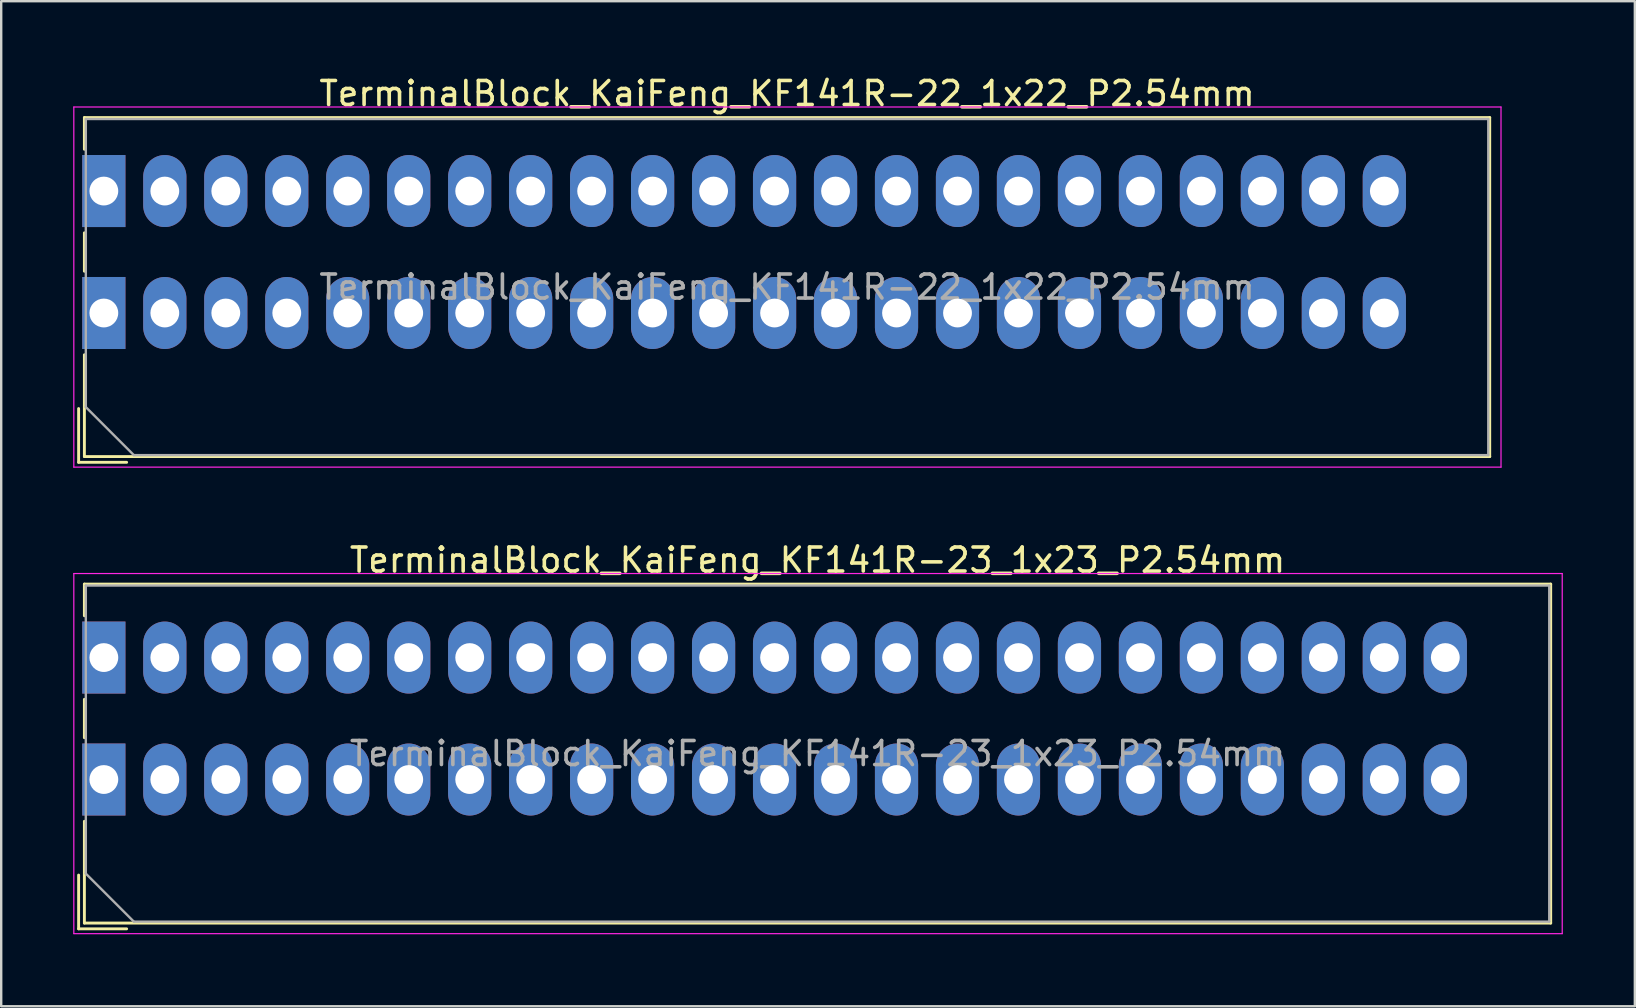
<source format=kicad_pcb>
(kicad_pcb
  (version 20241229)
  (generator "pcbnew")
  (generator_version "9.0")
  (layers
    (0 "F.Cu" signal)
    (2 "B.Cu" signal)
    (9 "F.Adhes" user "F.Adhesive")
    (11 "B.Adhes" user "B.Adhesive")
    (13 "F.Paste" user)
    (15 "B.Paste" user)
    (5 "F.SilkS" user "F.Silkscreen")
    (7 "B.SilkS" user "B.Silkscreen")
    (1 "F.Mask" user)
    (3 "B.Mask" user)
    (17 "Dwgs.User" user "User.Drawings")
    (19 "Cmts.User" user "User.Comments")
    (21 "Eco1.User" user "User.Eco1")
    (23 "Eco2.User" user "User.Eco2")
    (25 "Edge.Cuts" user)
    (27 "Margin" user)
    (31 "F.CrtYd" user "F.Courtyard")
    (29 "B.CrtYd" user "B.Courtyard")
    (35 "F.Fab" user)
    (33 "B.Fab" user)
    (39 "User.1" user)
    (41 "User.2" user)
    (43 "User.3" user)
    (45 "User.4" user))
  (footprint "TerminalBlock_KaiFeng_KF141R-23_1x23_P2.54mm"
    (layer "F.Cu")
    (at 1.275 24.341)
    (property "Reference" "TerminalBlock_KaiFeng_KF141R-23_1x23_P2.54mm" (at 29.73 -4.06 0) (layer "F.SilkS") (effects (font (size 1 1) (thickness 0.15))))
    (attr through_hole)
    (fp_line (start -1.05 9.06) (end -1.05 11.3) (stroke (width 0.12) (type solid)) (layer "F.SilkS"))
    (fp_line (start -1.05 11.3) (end 0.95 11.3) (stroke (width 0.12) (type solid)) (layer "F.SilkS"))
    (fp_line (start -0.81 -3.06) (end -0.81 -1.74) (stroke (width 0.12) (type solid)) (layer "F.SilkS"))
    (fp_line (start -0.81 -3.06) (end 60.27 -3.06) (stroke (width 0.12) (type solid)) (layer "F.SilkS"))
    (fp_line (start -0.81 1.74) (end -0.81 3.34) (stroke (width 0.12) (type solid)) (layer "F.SilkS"))
    (fp_line (start -0.81 6.82) (end -0.81 11.06) (stroke (width 0.12) (type solid)) (layer "F.SilkS"))
    (fp_line (start -0.81 11.06) (end 60.27 11.06) (stroke (width 0.12) (type solid)) (layer "F.SilkS"))
    (fp_line (start 60.27 -3.06) (end 60.27 11.06) (stroke (width 0.12) (type solid)) (layer "F.SilkS"))
    (fp_line (start -1.25 -3.5) (end -1.25 11.5) (stroke (width 0.05) (type solid)) (layer "F.CrtYd"))
    (fp_line (start -1.25 11.5) (end 60.75 11.5) (stroke (width 0.05) (type solid)) (layer "F.CrtYd"))
    (fp_line (start 60.75 -3.5) (end -1.25 -3.5) (stroke (width 0.05) (type solid)) (layer "F.CrtYd"))
    (fp_line (start 60.75 11.5) (end 60.75 -3.5) (stroke (width 0.05) (type solid)) (layer "F.CrtYd"))
    (fp_line (start -0.75 -3) (end 60.21 -3) (stroke (width 0.1) (type solid)) (layer "F.Fab"))
    (fp_line (start -0.75 9) (end -0.75 -3) (stroke (width 0.1) (type solid)) (layer "F.Fab"))
    (fp_line (start 1.25 11) (end -0.75 9) (stroke (width 0.1) (type solid)) (layer "F.Fab"))
    (fp_line (start 60.21 -3) (end 60.21 11) (stroke (width 0.1) (type solid)) (layer "F.Fab"))
    (fp_line (start 60.21 11) (end 1.25 11) (stroke (width 0.1) (type solid)) (layer "F.Fab"))
    (fp_text user "${REFERENCE}" (at 29.73 4 0) (layer "F.Fab") (effects (font (size 1 1) (thickness 0.15))))
    (pad "1" thru_hole rect (at 0 0) (size 1.8 3) (drill 1.2) (layers "*.Cu" "*.Mask"))
    (pad "1" thru_hole rect (at 0 5.08) (size 1.8 3) (drill 1.2) (layers "*.Cu" "*.Mask"))
    (pad "2" thru_hole oval (at 2.54 0) (size 1.8 3) (drill 1.2) (layers "*.Cu" "*.Mask"))
    (pad "2" thru_hole oval (at 2.54 5.08) (size 1.8 3) (drill 1.2) (layers "*.Cu" "*.Mask"))
    (pad "3" thru_hole oval (at 5.08 0) (size 1.8 3) (drill 1.2) (layers "*.Cu" "*.Mask"))
    (pad "3" thru_hole oval (at 5.08 5.08) (size 1.8 3) (drill 1.2) (layers "*.Cu" "*.Mask"))
    (pad "4" thru_hole oval (at 7.62 0) (size 1.8 3) (drill 1.2) (layers "*.Cu" "*.Mask"))
    (pad "4" thru_hole oval (at 7.62 5.08) (size 1.8 3) (drill 1.2) (layers "*.Cu" "*.Mask"))
    (pad "5" thru_hole oval (at 10.16 0) (size 1.8 3) (drill 1.2) (layers "*.Cu" "*.Mask"))
    (pad "5" thru_hole oval (at 10.16 5.08) (size 1.8 3) (drill 1.2) (layers "*.Cu" "*.Mask"))
    (pad "6" thru_hole oval (at 12.7 0) (size 1.8 3) (drill 1.2) (layers "*.Cu" "*.Mask"))
    (pad "6" thru_hole oval (at 12.7 5.08) (size 1.8 3) (drill 1.2) (layers "*.Cu" "*.Mask"))
    (pad "7" thru_hole oval (at 15.24 0) (size 1.8 3) (drill 1.2) (layers "*.Cu" "*.Mask"))
    (pad "7" thru_hole oval (at 15.24 5.08) (size 1.8 3) (drill 1.2) (layers "*.Cu" "*.Mask"))
    (pad "8" thru_hole oval (at 17.78 0) (size 1.8 3) (drill 1.2) (layers "*.Cu" "*.Mask"))
    (pad "8" thru_hole oval (at 17.78 5.08) (size 1.8 3) (drill 1.2) (layers "*.Cu" "*.Mask"))
    (pad "9" thru_hole oval (at 20.32 0) (size 1.8 3) (drill 1.2) (layers "*.Cu" "*.Mask"))
    (pad "9" thru_hole oval (at 20.32 5.08) (size 1.8 3) (drill 1.2) (layers "*.Cu" "*.Mask"))
    (pad "10" thru_hole oval (at 22.86 0) (size 1.8 3) (drill 1.2) (layers "*.Cu" "*.Mask"))
    (pad "10" thru_hole oval (at 22.86 5.08) (size 1.8 3) (drill 1.2) (layers "*.Cu" "*.Mask"))
    (pad "11" thru_hole oval (at 25.4 0) (size 1.8 3) (drill 1.2) (layers "*.Cu" "*.Mask"))
    (pad "11" thru_hole oval (at 25.4 5.08) (size 1.8 3) (drill 1.2) (layers "*.Cu" "*.Mask"))
    (pad "12" thru_hole oval (at 27.94 0) (size 1.8 3) (drill 1.2) (layers "*.Cu" "*.Mask"))
    (pad "12" thru_hole oval (at 27.94 5.08) (size 1.8 3) (drill 1.2) (layers "*.Cu" "*.Mask"))
    (pad "13" thru_hole oval (at 30.48 0) (size 1.8 3) (drill 1.2) (layers "*.Cu" "*.Mask"))
    (pad "13" thru_hole oval (at 30.48 5.08) (size 1.8 3) (drill 1.2) (layers "*.Cu" "*.Mask"))
    (pad "14" thru_hole oval (at 33.02 0) (size 1.8 3) (drill 1.2) (layers "*.Cu" "*.Mask"))
    (pad "14" thru_hole oval (at 33.02 5.08) (size 1.8 3) (drill 1.2) (layers "*.Cu" "*.Mask"))
    (pad "15" thru_hole oval (at 35.56 0) (size 1.8 3) (drill 1.2) (layers "*.Cu" "*.Mask"))
    (pad "15" thru_hole oval (at 35.56 5.08) (size 1.8 3) (drill 1.2) (layers "*.Cu" "*.Mask"))
    (pad "16" thru_hole oval (at 38.1 0) (size 1.8 3) (drill 1.2) (layers "*.Cu" "*.Mask"))
    (pad "16" thru_hole oval (at 38.1 5.08) (size 1.8 3) (drill 1.2) (layers "*.Cu" "*.Mask"))
    (pad "17" thru_hole oval (at 40.64 0) (size 1.8 3) (drill 1.2) (layers "*.Cu" "*.Mask"))
    (pad "17" thru_hole oval (at 40.64 5.08) (size 1.8 3) (drill 1.2) (layers "*.Cu" "*.Mask"))
    (pad "18" thru_hole oval (at 43.18 0) (size 1.8 3) (drill 1.2) (layers "*.Cu" "*.Mask"))
    (pad "18" thru_hole oval (at 43.18 5.08) (size 1.8 3) (drill 1.2) (layers "*.Cu" "*.Mask"))
    (pad "19" thru_hole oval (at 45.72 0) (size 1.8 3) (drill 1.2) (layers "*.Cu" "*.Mask"))
    (pad "19" thru_hole oval (at 45.72 5.08) (size 1.8 3) (drill 1.2) (layers "*.Cu" "*.Mask"))
    (pad "20" thru_hole oval (at 48.26 0) (size 1.8 3) (drill 1.2) (layers "*.Cu" "*.Mask"))
    (pad "20" thru_hole oval (at 48.26 5.08) (size 1.8 3) (drill 1.2) (layers "*.Cu" "*.Mask"))
    (pad "21" thru_hole oval (at 50.8 0) (size 1.8 3) (drill 1.2) (layers "*.Cu" "*.Mask"))
    (pad "21" thru_hole oval (at 50.8 5.08) (size 1.8 3) (drill 1.2) (layers "*.Cu" "*.Mask"))
    (pad "22" thru_hole oval (at 53.34 0) (size 1.8 3) (drill 1.2) (layers "*.Cu" "*.Mask"))
    (pad "22" thru_hole oval (at 53.34 5.08) (size 1.8 3) (drill 1.2) (layers "*.Cu" "*.Mask"))
    (pad "23" thru_hole oval (at 55.88 0) (size 1.8 3) (drill 1.2) (layers "*.Cu" "*.Mask"))
    (pad "23" thru_hole oval (at 55.88 5.08) (size 1.8 3) (drill 1.2) (layers "*.Cu" "*.Mask")))
  (footprint "TerminalBlock_KaiFeng_KF141R-22_1x22_P2.54mm"
    (layer "F.Cu")
    (at 1.275 4.908)
    (property "Reference" "TerminalBlock_KaiFeng_KF141R-22_1x22_P2.54mm" (at 28.46 -4.06 0) (layer "F.SilkS") (effects (font (size 1 1) (thickness 0.15))))
    (attr through_hole)
    (fp_line (start -1.05 9.06) (end -1.05 11.3) (stroke (width 0.12) (type solid)) (layer "F.SilkS"))
    (fp_line (start -1.05 11.3) (end 0.95 11.3) (stroke (width 0.12) (type solid)) (layer "F.SilkS"))
    (fp_line (start -0.81 -3.06) (end -0.81 -1.74) (stroke (width 0.12) (type solid)) (layer "F.SilkS"))
    (fp_line (start -0.81 -3.06) (end 57.73 -3.06) (stroke (width 0.12) (type solid)) (layer "F.SilkS"))
    (fp_line (start -0.81 1.74) (end -0.81 3.34) (stroke (width 0.12) (type solid)) (layer "F.SilkS"))
    (fp_line (start -0.81 6.82) (end -0.81 11.06) (stroke (width 0.12) (type solid)) (layer "F.SilkS"))
    (fp_line (start -0.81 11.06) (end 57.73 11.06) (stroke (width 0.12) (type solid)) (layer "F.SilkS"))
    (fp_line (start 57.73 -3.06) (end 57.73 11.06) (stroke (width 0.12) (type solid)) (layer "F.SilkS"))
    (fp_line (start -1.25 -3.5) (end -1.25 11.5) (stroke (width 0.05) (type solid)) (layer "F.CrtYd"))
    (fp_line (start -1.25 11.5) (end 58.2 11.5) (stroke (width 0.05) (type solid)) (layer "F.CrtYd"))
    (fp_line (start 58.2 -3.5) (end -1.25 -3.5) (stroke (width 0.05) (type solid)) (layer "F.CrtYd"))
    (fp_line (start 58.2 11.5) (end 58.2 -3.5) (stroke (width 0.05) (type solid)) (layer "F.CrtYd"))
    (fp_line (start -0.75 -3) (end 57.67 -3) (stroke (width 0.1) (type solid)) (layer "F.Fab"))
    (fp_line (start -0.75 9) (end -0.75 -3) (stroke (width 0.1) (type solid)) (layer "F.Fab"))
    (fp_line (start 1.25 11) (end -0.75 9) (stroke (width 0.1) (type solid)) (layer "F.Fab"))
    (fp_line (start 57.67 -3) (end 57.67 11) (stroke (width 0.1) (type solid)) (layer "F.Fab"))
    (fp_line (start 57.67 11) (end 1.25 11) (stroke (width 0.1) (type solid)) (layer "F.Fab"))
    (fp_text user "${REFERENCE}" (at 28.46 4 0) (layer "F.Fab") (effects (font (size 1 1) (thickness 0.15))))
    (pad "1" thru_hole rect (at 0 0) (size 1.8 3) (drill 1.2) (layers "*.Cu" "*.Mask"))
    (pad "1" thru_hole rect (at 0 5.08) (size 1.8 3) (drill 1.2) (layers "*.Cu" "*.Mask"))
    (pad "2" thru_hole oval (at 2.54 0) (size 1.8 3) (drill 1.2) (layers "*.Cu" "*.Mask"))
    (pad "2" thru_hole oval (at 2.54 5.08) (size 1.8 3) (drill 1.2) (layers "*.Cu" "*.Mask"))
    (pad "3" thru_hole oval (at 5.08 0) (size 1.8 3) (drill 1.2) (layers "*.Cu" "*.Mask"))
    (pad "3" thru_hole oval (at 5.08 5.08) (size 1.8 3) (drill 1.2) (layers "*.Cu" "*.Mask"))
    (pad "4" thru_hole oval (at 7.62 0) (size 1.8 3) (drill 1.2) (layers "*.Cu" "*.Mask"))
    (pad "4" thru_hole oval (at 7.62 5.08) (size 1.8 3) (drill 1.2) (layers "*.Cu" "*.Mask"))
    (pad "5" thru_hole oval (at 10.16 0) (size 1.8 3) (drill 1.2) (layers "*.Cu" "*.Mask"))
    (pad "5" thru_hole oval (at 10.16 5.08) (size 1.8 3) (drill 1.2) (layers "*.Cu" "*.Mask"))
    (pad "6" thru_hole oval (at 12.7 0) (size 1.8 3) (drill 1.2) (layers "*.Cu" "*.Mask"))
    (pad "6" thru_hole oval (at 12.7 5.08) (size 1.8 3) (drill 1.2) (layers "*.Cu" "*.Mask"))
    (pad "7" thru_hole oval (at 15.24 0) (size 1.8 3) (drill 1.2) (layers "*.Cu" "*.Mask"))
    (pad "7" thru_hole oval (at 15.24 5.08) (size 1.8 3) (drill 1.2) (layers "*.Cu" "*.Mask"))
    (pad "8" thru_hole oval (at 17.78 0) (size 1.8 3) (drill 1.2) (layers "*.Cu" "*.Mask"))
    (pad "8" thru_hole oval (at 17.78 5.08) (size 1.8 3) (drill 1.2) (layers "*.Cu" "*.Mask"))
    (pad "9" thru_hole oval (at 20.32 0) (size 1.8 3) (drill 1.2) (layers "*.Cu" "*.Mask"))
    (pad "9" thru_hole oval (at 20.32 5.08) (size 1.8 3) (drill 1.2) (layers "*.Cu" "*.Mask"))
    (pad "10" thru_hole oval (at 22.86 0) (size 1.8 3) (drill 1.2) (layers "*.Cu" "*.Mask"))
    (pad "10" thru_hole oval (at 22.86 5.08) (size 1.8 3) (drill 1.2) (layers "*.Cu" "*.Mask"))
    (pad "11" thru_hole oval (at 25.4 0) (size 1.8 3) (drill 1.2) (layers "*.Cu" "*.Mask"))
    (pad "11" thru_hole oval (at 25.4 5.08) (size 1.8 3) (drill 1.2) (layers "*.Cu" "*.Mask"))
    (pad "12" thru_hole oval (at 27.94 0) (size 1.8 3) (drill 1.2) (layers "*.Cu" "*.Mask"))
    (pad "12" thru_hole oval (at 27.94 5.08) (size 1.8 3) (drill 1.2) (layers "*.Cu" "*.Mask"))
    (pad "13" thru_hole oval (at 30.48 0) (size 1.8 3) (drill 1.2) (layers "*.Cu" "*.Mask"))
    (pad "13" thru_hole oval (at 30.48 5.08) (size 1.8 3) (drill 1.2) (layers "*.Cu" "*.Mask"))
    (pad "14" thru_hole oval (at 33.02 0) (size 1.8 3) (drill 1.2) (layers "*.Cu" "*.Mask"))
    (pad "14" thru_hole oval (at 33.02 5.08) (size 1.8 3) (drill 1.2) (layers "*.Cu" "*.Mask"))
    (pad "15" thru_hole oval (at 35.56 0) (size 1.8 3) (drill 1.2) (layers "*.Cu" "*.Mask"))
    (pad "15" thru_hole oval (at 35.56 5.08) (size 1.8 3) (drill 1.2) (layers "*.Cu" "*.Mask"))
    (pad "16" thru_hole oval (at 38.1 0) (size 1.8 3) (drill 1.2) (layers "*.Cu" "*.Mask"))
    (pad "16" thru_hole oval (at 38.1 5.08) (size 1.8 3) (drill 1.2) (layers "*.Cu" "*.Mask"))
    (pad "17" thru_hole oval (at 40.64 0) (size 1.8 3) (drill 1.2) (layers "*.Cu" "*.Mask"))
    (pad "17" thru_hole oval (at 40.64 5.08) (size 1.8 3) (drill 1.2) (layers "*.Cu" "*.Mask"))
    (pad "18" thru_hole oval (at 43.18 0) (size 1.8 3) (drill 1.2) (layers "*.Cu" "*.Mask"))
    (pad "18" thru_hole oval (at 43.18 5.08) (size 1.8 3) (drill 1.2) (layers "*.Cu" "*.Mask"))
    (pad "19" thru_hole oval (at 45.72 0) (size 1.8 3) (drill 1.2) (layers "*.Cu" "*.Mask"))
    (pad "19" thru_hole oval (at 45.72 5.08) (size 1.8 3) (drill 1.2) (layers "*.Cu" "*.Mask"))
    (pad "20" thru_hole oval (at 48.26 0) (size 1.8 3) (drill 1.2) (layers "*.Cu" "*.Mask"))
    (pad "20" thru_hole oval (at 48.26 5.08) (size 1.8 3) (drill 1.2) (layers "*.Cu" "*.Mask"))
    (pad "21" thru_hole oval (at 50.8 0) (size 1.8 3) (drill 1.2) (layers "*.Cu" "*.Mask"))
    (pad "21" thru_hole oval (at 50.8 5.08) (size 1.8 3) (drill 1.2) (layers "*.Cu" "*.Mask"))
    (pad "22" thru_hole oval (at 53.34 0) (size 1.8 3) (drill 1.2) (layers "*.Cu" "*.Mask"))
    (pad "22" thru_hole oval (at 53.34 5.08) (size 1.8 3) (drill 1.2) (layers "*.Cu" "*.Mask")))
  (gr_rect
    (start -3 -3)
    (end 65.05 38.867)
    (stroke (width 0.1) (type default))
    (fill no)
    (layer "Edge.Cuts")))
</source>
